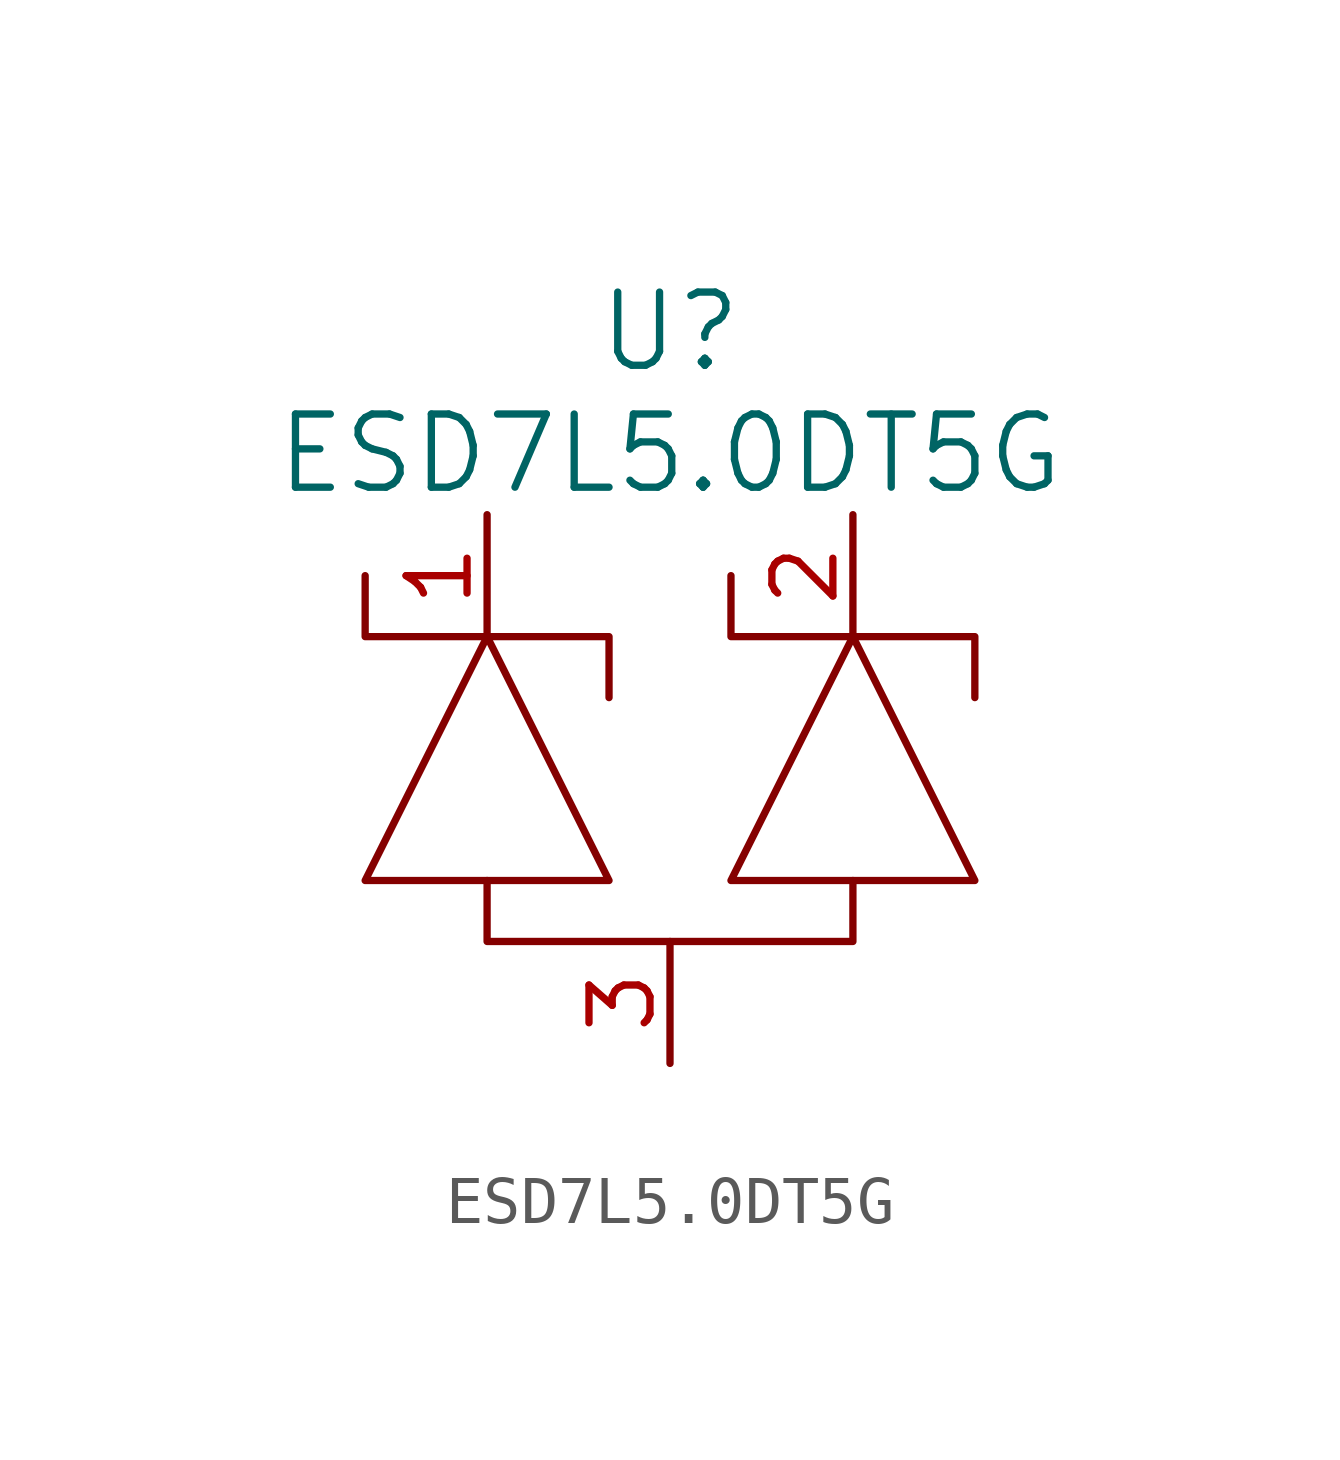
<source format=kicad_sym>
(kicad_symbol_lib
  (version 20211014)
  (generator kicad_symbol_editor)
  (symbol "ESD7L5.0DT5G"
    (pin_names
      (offset 0.254))
    (property "Reference" "U"
      (at 6.35 15.24 0)
      (effects (font (size 1.524 1.524))))
    (property "Value" "ESD7L5.0DT5G"
      (at 6.35 12.7 0)
      (effects (font (size 1.524 1.524))))
    (property "ki_locked" ""
      (at 0 0 0)
      (effects (font (size 1.27 1.27))))
    (symbol "ESD7L5.0DT5G_1_1"
      (polyline (pts (xy 2.54 8.89) (xy 0 8.89) (xy 0 10.16)) (stroke (width 0) (type default) (color 0 0 0 0)) (fill (type none)))
      (polyline (pts (xy 2.54 8.89) (xy 5.08 8.89) (xy 5.08 7.62)) (stroke (width 0) (type default) (color 0 0 0 0)) (fill (type none)))
      (polyline (pts (xy 10.16 8.89) (xy 7.62 8.89) (xy 7.62 10.16)) (stroke (width 0) (type default) (color 0 0 0 0)) (fill (type none)))
      (polyline (pts (xy 10.16 8.89) (xy 12.7 8.89) (xy 12.7 7.62)) (stroke (width 0) (type default) (color 0 0 0 0)) (fill (type none)))
      (polyline (pts (xy 2.54 3.81) (xy 2.54 2.54) (xy 10.16 2.54) (xy 10.16 3.81)) (stroke (width 0) (type default) (color 0 0 0 0)) (fill (type none)))
      (polyline (pts (xy 5.08 3.81) (xy 0 3.81) (xy 2.54 8.89) (xy 5.08 3.81)) (stroke (width 0) (type default) (color 0 0 0 0)) (fill (type none)))
      (polyline (pts (xy 12.7 3.81) (xy 7.62 3.81) (xy 10.16 8.89) (xy 12.7 3.81)) (stroke (width 0) (type default) (color 0 0 0 0)) (fill (type none)))
      (pin power_out line (at 2.54 11.43 270) (length 2.54) (name "" (effects (font (size 1.27 1.27)))) (number "1" (effects (font (size 1.27 1.27)))))
      (pin power_out line (at 10.16 11.43 270) (length 2.54) (name "" (effects (font (size 1.27 1.27)))) (number "2" (effects (font (size 1.27 1.27)))))
      (pin power_in line (at 6.35 0 90) (length 2.54) (name "" (effects (font (size 1.27 1.27)))) (number "3" (effects (font (size 1.27 1.27))))))))
</source>
